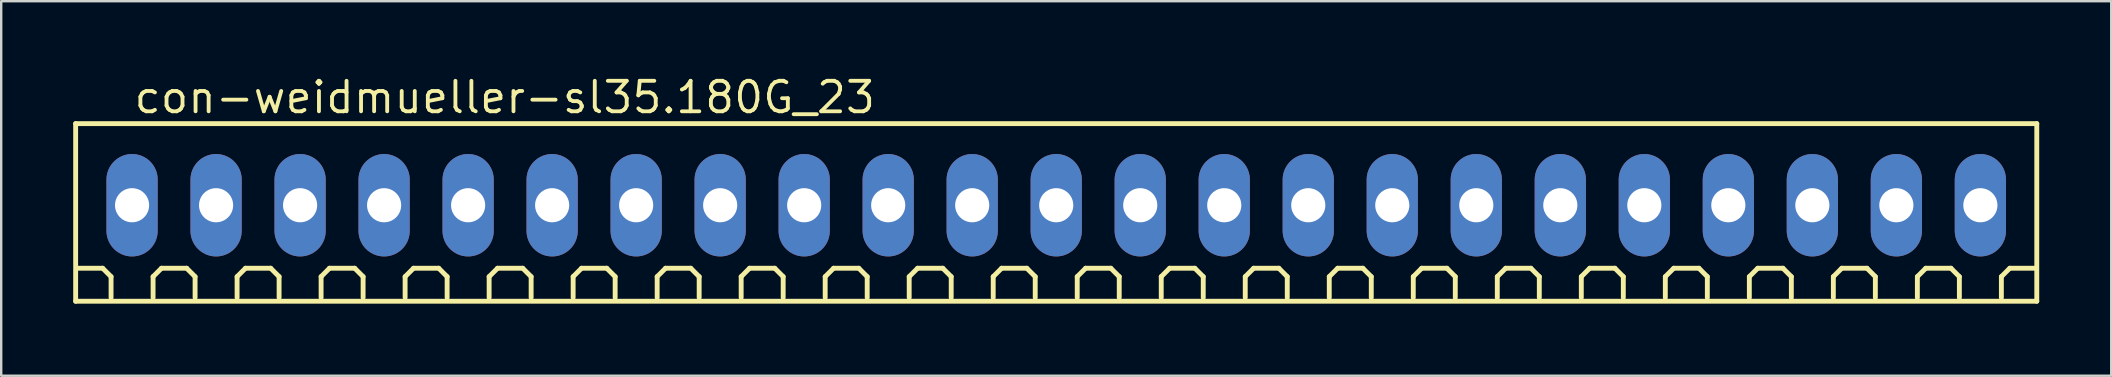
<source format=kicad_pcb>
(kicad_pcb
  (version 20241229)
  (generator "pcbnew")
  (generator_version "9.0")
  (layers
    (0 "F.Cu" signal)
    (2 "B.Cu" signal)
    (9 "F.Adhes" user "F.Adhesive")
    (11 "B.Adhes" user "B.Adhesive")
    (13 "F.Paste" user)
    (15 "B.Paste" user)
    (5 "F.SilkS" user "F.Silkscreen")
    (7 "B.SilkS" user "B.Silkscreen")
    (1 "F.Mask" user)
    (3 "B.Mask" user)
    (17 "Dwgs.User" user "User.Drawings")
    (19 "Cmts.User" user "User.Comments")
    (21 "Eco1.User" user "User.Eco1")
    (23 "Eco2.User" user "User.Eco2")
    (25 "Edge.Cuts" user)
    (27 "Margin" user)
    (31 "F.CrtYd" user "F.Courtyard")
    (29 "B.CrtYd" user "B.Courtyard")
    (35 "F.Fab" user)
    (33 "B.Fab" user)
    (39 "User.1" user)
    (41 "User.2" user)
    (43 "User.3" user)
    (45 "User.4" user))
  (footprint "con-weidmueller-sl35.180G_23"
    (layer "F.Cu")
    (at 40.952 5.5)
    (property "Reference" "con-weidmueller-sl35.180G_23" (at -38.5 -3.75 0) (layer "F.SilkS") (effects (font (size 1.27 1.27) (thickness 0.16)) (justify left bottom)))
    (attr through_hole)
    (fp_line (start -40.85 -3.4) (end 40.85 -3.4) (stroke (width 0.203) (type default)) (layer "F.SilkS"))
    (fp_line (start -40.85 4) (end -40.85 -3.4) (stroke (width 0.203) (type default)) (layer "F.SilkS"))
    (fp_line (start -39.725 2.625) (end -40.775 2.625) (stroke (width 0.203) (type default)) (layer "F.SilkS"))
    (fp_line (start -39.375 2.975) (end -39.725 2.625) (stroke (width 0.203) (type default)) (layer "F.SilkS"))
    (fp_line (start -39.375 3.85) (end -39.375 2.975) (stroke (width 0.203) (type default)) (layer "F.SilkS"))
    (fp_line (start -37.625 2.975) (end -37.275 2.625) (stroke (width 0.203) (type default)) (layer "F.SilkS"))
    (fp_line (start -37.625 3.85) (end -37.625 2.975) (stroke (width 0.203) (type default)) (layer "F.SilkS"))
    (fp_line (start -37.275 2.625) (end -36.225 2.625) (stroke (width 0.203) (type default)) (layer "F.SilkS"))
    (fp_line (start -36.225 2.625) (end -35.875 2.975) (stroke (width 0.203) (type default)) (layer "F.SilkS"))
    (fp_line (start -35.875 2.975) (end -35.875 3.85) (stroke (width 0.203) (type default)) (layer "F.SilkS"))
    (fp_line (start -34.125 2.975) (end -33.775 2.625) (stroke (width 0.203) (type default)) (layer "F.SilkS"))
    (fp_line (start -34.125 3.85) (end -34.125 2.975) (stroke (width 0.203) (type default)) (layer "F.SilkS"))
    (fp_line (start -33.775 2.625) (end -32.725 2.625) (stroke (width 0.203) (type default)) (layer "F.SilkS"))
    (fp_line (start -32.725 2.625) (end -32.375 2.975) (stroke (width 0.203) (type default)) (layer "F.SilkS"))
    (fp_line (start -32.375 2.975) (end -32.375 3.85) (stroke (width 0.203) (type default)) (layer "F.SilkS"))
    (fp_line (start -30.625 2.975) (end -30.275 2.625) (stroke (width 0.203) (type default)) (layer "F.SilkS"))
    (fp_line (start -30.625 3.85) (end -30.625 2.975) (stroke (width 0.203) (type default)) (layer "F.SilkS"))
    (fp_line (start -30.275 2.625) (end -29.225 2.625) (stroke (width 0.203) (type default)) (layer "F.SilkS"))
    (fp_line (start -29.225 2.625) (end -28.875 2.975) (stroke (width 0.203) (type default)) (layer "F.SilkS"))
    (fp_line (start -28.875 2.975) (end -28.875 3.85) (stroke (width 0.203) (type default)) (layer "F.SilkS"))
    (fp_line (start -27.125 2.975) (end -26.775 2.625) (stroke (width 0.203) (type default)) (layer "F.SilkS"))
    (fp_line (start -27.125 3.85) (end -27.125 2.975) (stroke (width 0.203) (type default)) (layer "F.SilkS"))
    (fp_line (start -26.775 2.625) (end -25.725 2.625) (stroke (width 0.203) (type default)) (layer "F.SilkS"))
    (fp_line (start -25.725 2.625) (end -25.375 2.975) (stroke (width 0.203) (type default)) (layer "F.SilkS"))
    (fp_line (start -25.375 2.975) (end -25.375 3.85) (stroke (width 0.203) (type default)) (layer "F.SilkS"))
    (fp_line (start -23.625 2.975) (end -23.275 2.625) (stroke (width 0.203) (type default)) (layer "F.SilkS"))
    (fp_line (start -23.625 3.85) (end -23.625 2.975) (stroke (width 0.203) (type default)) (layer "F.SilkS"))
    (fp_line (start -23.275 2.625) (end -22.225 2.625) (stroke (width 0.203) (type default)) (layer "F.SilkS"))
    (fp_line (start -22.225 2.625) (end -21.875 2.975) (stroke (width 0.203) (type default)) (layer "F.SilkS"))
    (fp_line (start -21.875 2.975) (end -21.875 3.85) (stroke (width 0.203) (type default)) (layer "F.SilkS"))
    (fp_line (start -20.125 2.975) (end -19.775 2.625) (stroke (width 0.203) (type default)) (layer "F.SilkS"))
    (fp_line (start -20.125 3.85) (end -20.125 2.975) (stroke (width 0.203) (type default)) (layer "F.SilkS"))
    (fp_line (start -19.775 2.625) (end -18.725 2.625) (stroke (width 0.203) (type default)) (layer "F.SilkS"))
    (fp_line (start -18.725 2.625) (end -18.375 2.975) (stroke (width 0.203) (type default)) (layer "F.SilkS"))
    (fp_line (start -18.375 2.975) (end -18.375 3.85) (stroke (width 0.203) (type default)) (layer "F.SilkS"))
    (fp_line (start -16.625 2.975) (end -16.275 2.625) (stroke (width 0.203) (type default)) (layer "F.SilkS"))
    (fp_line (start -16.625 3.85) (end -16.625 2.975) (stroke (width 0.203) (type default)) (layer "F.SilkS"))
    (fp_line (start -16.275 2.625) (end -15.225 2.625) (stroke (width 0.203) (type default)) (layer "F.SilkS"))
    (fp_line (start -15.225 2.625) (end -14.875 2.975) (stroke (width 0.203) (type default)) (layer "F.SilkS"))
    (fp_line (start -14.875 2.975) (end -14.875 3.85) (stroke (width 0.203) (type default)) (layer "F.SilkS"))
    (fp_line (start -13.125 2.975) (end -12.775 2.625) (stroke (width 0.203) (type default)) (layer "F.SilkS"))
    (fp_line (start -13.125 3.85) (end -13.125 2.975) (stroke (width 0.203) (type default)) (layer "F.SilkS"))
    (fp_line (start -12.775 2.625) (end -11.725 2.625) (stroke (width 0.203) (type default)) (layer "F.SilkS"))
    (fp_line (start -11.725 2.625) (end -11.375 2.975) (stroke (width 0.203) (type default)) (layer "F.SilkS"))
    (fp_line (start -11.375 2.975) (end -11.375 3.85) (stroke (width 0.203) (type default)) (layer "F.SilkS"))
    (fp_line (start -9.625 2.975) (end -9.275 2.625) (stroke (width 0.203) (type default)) (layer "F.SilkS"))
    (fp_line (start -9.625 3.85) (end -9.625 2.975) (stroke (width 0.203) (type default)) (layer "F.SilkS"))
    (fp_line (start -9.275 2.625) (end -8.225 2.625) (stroke (width 0.203) (type default)) (layer "F.SilkS"))
    (fp_line (start -8.225 2.625) (end -7.875 2.975) (stroke (width 0.203) (type default)) (layer "F.SilkS"))
    (fp_line (start -7.875 2.975) (end -7.875 3.85) (stroke (width 0.203) (type default)) (layer "F.SilkS"))
    (fp_line (start -6.125 2.975) (end -5.775 2.625) (stroke (width 0.203) (type default)) (layer "F.SilkS"))
    (fp_line (start -6.125 3.85) (end -6.125 2.975) (stroke (width 0.203) (type default)) (layer "F.SilkS"))
    (fp_line (start -5.775 2.625) (end -4.725 2.625) (stroke (width 0.203) (type default)) (layer "F.SilkS"))
    (fp_line (start -4.725 2.625) (end -4.375 2.975) (stroke (width 0.203) (type default)) (layer "F.SilkS"))
    (fp_line (start -4.375 2.975) (end -4.375 3.85) (stroke (width 0.203) (type default)) (layer "F.SilkS"))
    (fp_line (start -2.625 2.975) (end -2.275 2.625) (stroke (width 0.203) (type default)) (layer "F.SilkS"))
    (fp_line (start -2.625 3.85) (end -2.625 2.975) (stroke (width 0.203) (type default)) (layer "F.SilkS"))
    (fp_line (start -2.275 2.625) (end -1.225 2.625) (stroke (width 0.203) (type default)) (layer "F.SilkS"))
    (fp_line (start -1.225 2.625) (end -0.875 2.975) (stroke (width 0.203) (type default)) (layer "F.SilkS"))
    (fp_line (start -0.875 2.975) (end -0.875 3.85) (stroke (width 0.203) (type default)) (layer "F.SilkS"))
    (fp_line (start 0.875 2.975) (end 1.225 2.625) (stroke (width 0.203) (type default)) (layer "F.SilkS"))
    (fp_line (start 0.875 3.85) (end 0.875 2.975) (stroke (width 0.203) (type default)) (layer "F.SilkS"))
    (fp_line (start 1.225 2.625) (end 2.275 2.625) (stroke (width 0.203) (type default)) (layer "F.SilkS"))
    (fp_line (start 2.275 2.625) (end 2.625 2.975) (stroke (width 0.203) (type default)) (layer "F.SilkS"))
    (fp_line (start 2.625 2.975) (end 2.625 3.85) (stroke (width 0.203) (type default)) (layer "F.SilkS"))
    (fp_line (start 4.375 2.975) (end 4.725 2.625) (stroke (width 0.203) (type default)) (layer "F.SilkS"))
    (fp_line (start 4.375 3.85) (end 4.375 2.975) (stroke (width 0.203) (type default)) (layer "F.SilkS"))
    (fp_line (start 4.725 2.625) (end 5.775 2.625) (stroke (width 0.203) (type default)) (layer "F.SilkS"))
    (fp_line (start 5.775 2.625) (end 6.125 2.975) (stroke (width 0.203) (type default)) (layer "F.SilkS"))
    (fp_line (start 6.125 2.975) (end 6.125 3.85) (stroke (width 0.203) (type default)) (layer "F.SilkS"))
    (fp_line (start 7.875 2.975) (end 8.225 2.625) (stroke (width 0.203) (type default)) (layer "F.SilkS"))
    (fp_line (start 7.875 3.85) (end 7.875 2.975) (stroke (width 0.203) (type default)) (layer "F.SilkS"))
    (fp_line (start 8.225 2.625) (end 9.275 2.625) (stroke (width 0.203) (type default)) (layer "F.SilkS"))
    (fp_line (start 9.275 2.625) (end 9.625 2.975) (stroke (width 0.203) (type default)) (layer "F.SilkS"))
    (fp_line (start 9.625 2.975) (end 9.625 3.85) (stroke (width 0.203) (type default)) (layer "F.SilkS"))
    (fp_line (start 11.375 2.975) (end 11.725 2.625) (stroke (width 0.203) (type default)) (layer "F.SilkS"))
    (fp_line (start 11.375 3.85) (end 11.375 2.975) (stroke (width 0.203) (type default)) (layer "F.SilkS"))
    (fp_line (start 11.725 2.625) (end 12.775 2.625) (stroke (width 0.203) (type default)) (layer "F.SilkS"))
    (fp_line (start 12.775 2.625) (end 13.125 2.975) (stroke (width 0.203) (type default)) (layer "F.SilkS"))
    (fp_line (start 13.125 2.975) (end 13.125 3.85) (stroke (width 0.203) (type default)) (layer "F.SilkS"))
    (fp_line (start 14.875 2.975) (end 15.225 2.625) (stroke (width 0.203) (type default)) (layer "F.SilkS"))
    (fp_line (start 14.875 3.85) (end 14.875 2.975) (stroke (width 0.203) (type default)) (layer "F.SilkS"))
    (fp_line (start 15.225 2.625) (end 16.275 2.625) (stroke (width 0.203) (type default)) (layer "F.SilkS"))
    (fp_line (start 16.275 2.625) (end 16.625 2.975) (stroke (width 0.203) (type default)) (layer "F.SilkS"))
    (fp_line (start 16.625 2.975) (end 16.625 3.85) (stroke (width 0.203) (type default)) (layer "F.SilkS"))
    (fp_line (start 18.375 2.975) (end 18.725 2.625) (stroke (width 0.203) (type default)) (layer "F.SilkS"))
    (fp_line (start 18.375 3.85) (end 18.375 2.975) (stroke (width 0.203) (type default)) (layer "F.SilkS"))
    (fp_line (start 18.725 2.625) (end 19.775 2.625) (stroke (width 0.203) (type default)) (layer "F.SilkS"))
    (fp_line (start 19.775 2.625) (end 20.125 2.975) (stroke (width 0.203) (type default)) (layer "F.SilkS"))
    (fp_line (start 20.125 2.975) (end 20.125 3.85) (stroke (width 0.203) (type default)) (layer "F.SilkS"))
    (fp_line (start 21.875 2.975) (end 22.225 2.625) (stroke (width 0.203) (type default)) (layer "F.SilkS"))
    (fp_line (start 21.875 3.85) (end 21.875 2.975) (stroke (width 0.203) (type default)) (layer "F.SilkS"))
    (fp_line (start 22.225 2.625) (end 23.275 2.625) (stroke (width 0.203) (type default)) (layer "F.SilkS"))
    (fp_line (start 23.275 2.625) (end 23.625 2.975) (stroke (width 0.203) (type default)) (layer "F.SilkS"))
    (fp_line (start 23.625 2.975) (end 23.625 3.85) (stroke (width 0.203) (type default)) (layer "F.SilkS"))
    (fp_line (start 25.375 2.975) (end 25.725 2.625) (stroke (width 0.203) (type default)) (layer "F.SilkS"))
    (fp_line (start 25.375 3.85) (end 25.375 2.975) (stroke (width 0.203) (type default)) (layer "F.SilkS"))
    (fp_line (start 25.725 2.625) (end 26.775 2.625) (stroke (width 0.203) (type default)) (layer "F.SilkS"))
    (fp_line (start 26.775 2.625) (end 27.125 2.975) (stroke (width 0.203) (type default)) (layer "F.SilkS"))
    (fp_line (start 27.125 2.975) (end 27.125 3.85) (stroke (width 0.203) (type default)) (layer "F.SilkS"))
    (fp_line (start 28.875 2.975) (end 29.225 2.625) (stroke (width 0.203) (type default)) (layer "F.SilkS"))
    (fp_line (start 28.875 3.85) (end 28.875 2.975) (stroke (width 0.203) (type default)) (layer "F.SilkS"))
    (fp_line (start 29.225 2.625) (end 30.275 2.625) (stroke (width 0.203) (type default)) (layer "F.SilkS"))
    (fp_line (start 30.275 2.625) (end 30.625 2.975) (stroke (width 0.203) (type default)) (layer "F.SilkS"))
    (fp_line (start 30.625 2.975) (end 30.625 3.85) (stroke (width 0.203) (type default)) (layer "F.SilkS"))
    (fp_line (start 32.375 2.975) (end 32.725 2.625) (stroke (width 0.203) (type default)) (layer "F.SilkS"))
    (fp_line (start 32.375 3.85) (end 32.375 2.975) (stroke (width 0.203) (type default)) (layer "F.SilkS"))
    (fp_line (start 32.725 2.625) (end 33.775 2.625) (stroke (width 0.203) (type default)) (layer "F.SilkS"))
    (fp_line (start 33.775 2.625) (end 34.125 2.975) (stroke (width 0.203) (type default)) (layer "F.SilkS"))
    (fp_line (start 34.125 2.975) (end 34.125 3.85) (stroke (width 0.203) (type default)) (layer "F.SilkS"))
    (fp_line (start 35.875 2.975) (end 36.225 2.625) (stroke (width 0.203) (type default)) (layer "F.SilkS"))
    (fp_line (start 35.875 3.85) (end 35.875 2.975) (stroke (width 0.203) (type default)) (layer "F.SilkS"))
    (fp_line (start 36.225 2.625) (end 37.275 2.625) (stroke (width 0.203) (type default)) (layer "F.SilkS"))
    (fp_line (start 37.275 2.625) (end 37.625 2.975) (stroke (width 0.203) (type default)) (layer "F.SilkS"))
    (fp_line (start 37.625 2.975) (end 37.625 3.85) (stroke (width 0.203) (type default)) (layer "F.SilkS"))
    (fp_line (start 39.375 2.975) (end 39.725 2.625) (stroke (width 0.203) (type default)) (layer "F.SilkS"))
    (fp_line (start 39.375 3.85) (end 39.375 2.975) (stroke (width 0.203) (type default)) (layer "F.SilkS"))
    (fp_line (start 39.725 2.625) (end 40.775 2.625) (stroke (width 0.203) (type default)) (layer "F.SilkS"))
    (fp_line (start 40.85 -3.4) (end 40.85 4) (stroke (width 0.203) (type default)) (layer "F.SilkS"))
    (fp_line (start 40.85 4) (end -40.85 4) (stroke (width 0.203) (type default)) (layer "F.SilkS"))
    (pad "1" thru_hole oval (at -38.5 0 90) (size 4.267 2.134) (drill 1.422) (layers "*.Cu" "*.Mask"))
    (pad "2" thru_hole oval (at -35 0 90) (size 4.267 2.134) (drill 1.422) (layers "*.Cu" "*.Mask"))
    (pad "3" thru_hole oval (at -31.5 0 90) (size 4.267 2.134) (drill 1.422) (layers "*.Cu" "*.Mask"))
    (pad "4" thru_hole oval (at -28 0 90) (size 4.267 2.134) (drill 1.422) (layers "*.Cu" "*.Mask"))
    (pad "5" thru_hole oval (at -24.5 0 90) (size 4.267 2.134) (drill 1.422) (layers "*.Cu" "*.Mask"))
    (pad "6" thru_hole oval (at -21 0 90) (size 4.267 2.134) (drill 1.422) (layers "*.Cu" "*.Mask"))
    (pad "7" thru_hole oval (at -17.5 0 90) (size 4.267 2.134) (drill 1.422) (layers "*.Cu" "*.Mask"))
    (pad "8" thru_hole oval (at -14 0 90) (size 4.267 2.134) (drill 1.422) (layers "*.Cu" "*.Mask"))
    (pad "9" thru_hole oval (at -10.5 0 90) (size 4.267 2.134) (drill 1.422) (layers "*.Cu" "*.Mask"))
    (pad "10" thru_hole oval (at -7 0 90) (size 4.267 2.134) (drill 1.422) (layers "*.Cu" "*.Mask"))
    (pad "11" thru_hole oval (at -3.5 0 90) (size 4.267 2.134) (drill 1.422) (layers "*.Cu" "*.Mask"))
    (pad "12" thru_hole oval (at 0 0 90) (size 4.267 2.134) (drill 1.422) (layers "*.Cu" "*.Mask"))
    (pad "13" thru_hole oval (at 3.5 0 90) (size 4.267 2.134) (drill 1.422) (layers "*.Cu" "*.Mask"))
    (pad "14" thru_hole oval (at 7 0 90) (size 4.267 2.134) (drill 1.422) (layers "*.Cu" "*.Mask"))
    (pad "15" thru_hole oval (at 10.5 0 90) (size 4.267 2.134) (drill 1.422) (layers "*.Cu" "*.Mask"))
    (pad "16" thru_hole oval (at 14 0 90) (size 4.267 2.134) (drill 1.422) (layers "*.Cu" "*.Mask"))
    (pad "17" thru_hole oval (at 17.5 0 90) (size 4.267 2.134) (drill 1.422) (layers "*.Cu" "*.Mask"))
    (pad "18" thru_hole oval (at 21 0 90) (size 4.267 2.134) (drill 1.422) (layers "*.Cu" "*.Mask"))
    (pad "19" thru_hole oval (at 24.5 0 90) (size 4.267 2.134) (drill 1.422) (layers "*.Cu" "*.Mask"))
    (pad "20" thru_hole oval (at 28 0 90) (size 4.267 2.134) (drill 1.422) (layers "*.Cu" "*.Mask"))
    (pad "21" thru_hole oval (at 31.5 0 90) (size 4.267 2.134) (drill 1.422) (layers "*.Cu" "*.Mask"))
    (pad "22" thru_hole oval (at 35 0 90) (size 4.267 2.134) (drill 1.422) (layers "*.Cu" "*.Mask"))
    (pad "23" thru_hole oval (at 38.5 0 90) (size 4.267 2.134) (drill 1.422) (layers "*.Cu" "*.Mask")))
  (gr_rect
    (start -3 -3)
    (end 84.903 12.602)
    (stroke (width 0.1) (type default))
    (fill no)
    (layer "Edge.Cuts")))
</source>
